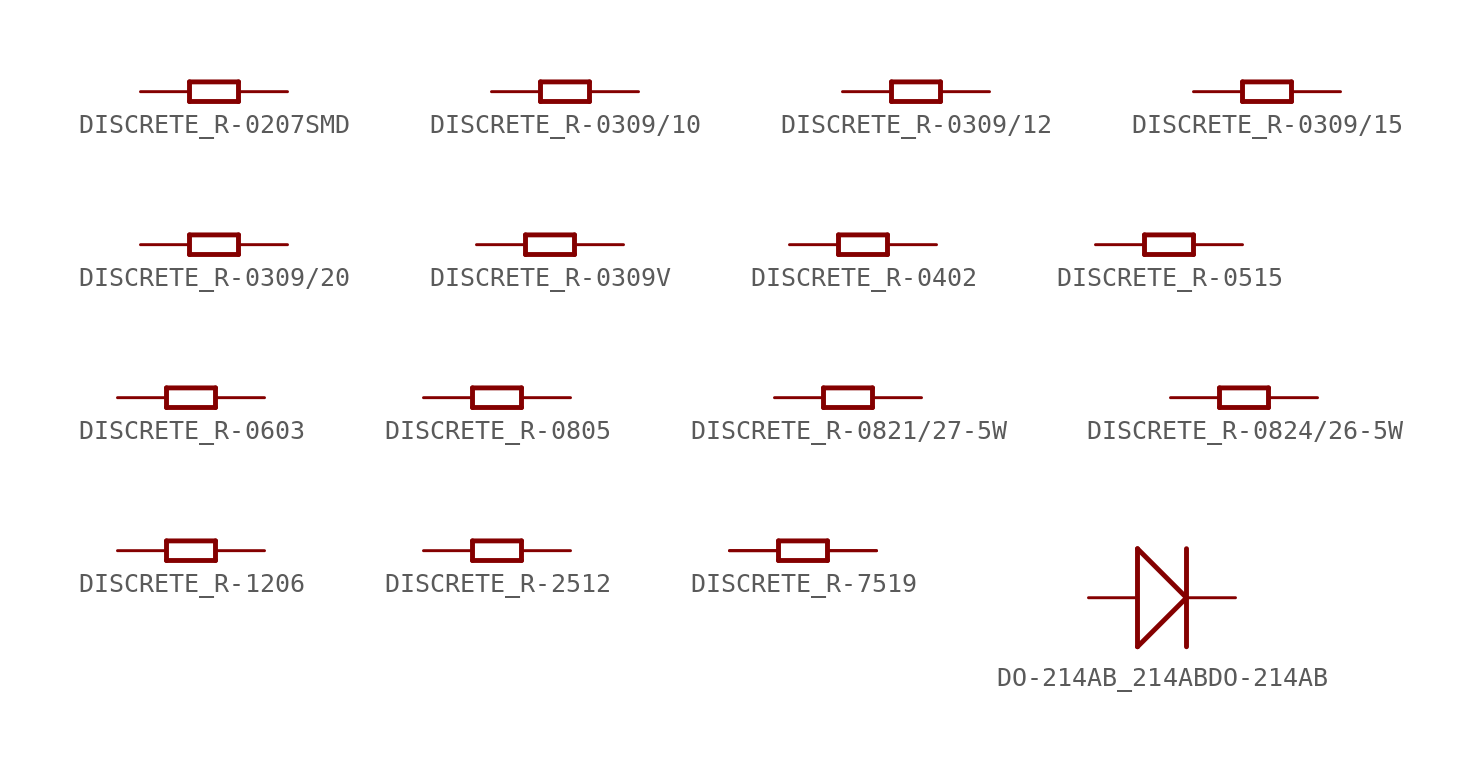
<source format=kicad_sym>
(kicad_symbol_lib
  (version 20231120)
  (generator "kicad_symbol_editor")
  (generator_version "8.0")
  (symbol "DISCRETE_R-0207SMD"
    (property "Reference" "R"
      (at -3.81 0 0)
      (effects (font (size 1.27 1.079)) (justify left bottom) (hide yes)))
    (property "ki_locked" ""
      (at 0 0 0)
      (effects (font (size 1.27 1.27))))
    (symbol "DISCRETE_R-0207SMD_1_0"
      (polyline (pts (xy -1.27 -0.508) (xy -1.27 0.508)) (stroke (width 0.254) (type solid)) (fill (type none)))
      (polyline (pts (xy -1.27 0.508) (xy 1.27 0.508)) (stroke (width 0.254) (type solid)) (fill (type none)))
      (polyline (pts (xy 1.27 -0.508) (xy -1.27 -0.508)) (stroke (width 0.254) (type solid)) (fill (type none)))
      (polyline (pts (xy 1.27 0.508) (xy 1.27 -0.508)) (stroke (width 0.254) (type solid)) (fill (type none)))
      (pin passive line (at -3.81 0 0) (length 2.54) (name "1" (effects (font (size 0 0)))) (number "1" (effects (font (size 0 0)))))
      (pin passive line (at 3.81 0 180) (length 2.54) (name "2" (effects (font (size 0 0)))) (number "2" (effects (font (size 0 0)))))))
  (symbol "DISCRETE_R-0309/10"
    (property "Reference" "R"
      (at -3.81 0 0)
      (effects (font (size 1.27 1.079)) (justify left bottom) (hide yes)))
    (property "ki_locked" ""
      (at 0 0 0)
      (effects (font (size 1.27 1.27))))
    (symbol "DISCRETE_R-0309/10_1_0"
      (polyline (pts (xy -1.27 -0.508) (xy -1.27 0.508)) (stroke (width 0.254) (type solid)) (fill (type none)))
      (polyline (pts (xy -1.27 0.508) (xy 1.27 0.508)) (stroke (width 0.254) (type solid)) (fill (type none)))
      (polyline (pts (xy 1.27 -0.508) (xy -1.27 -0.508)) (stroke (width 0.254) (type solid)) (fill (type none)))
      (polyline (pts (xy 1.27 0.508) (xy 1.27 -0.508)) (stroke (width 0.254) (type solid)) (fill (type none)))
      (pin passive line (at -3.81 0 0) (length 2.54) (name "1" (effects (font (size 0 0)))) (number "1" (effects (font (size 0 0)))))
      (pin passive line (at 3.81 0 180) (length 2.54) (name "2" (effects (font (size 0 0)))) (number "2" (effects (font (size 0 0)))))))
  (symbol "DISCRETE_R-0309/12"
    (property "Reference" "R"
      (at -3.81 0 0)
      (effects (font (size 1.27 1.079)) (justify left bottom) (hide yes)))
    (property "ki_locked" ""
      (at 0 0 0)
      (effects (font (size 1.27 1.27))))
    (symbol "DISCRETE_R-0309/12_1_0"
      (polyline (pts (xy -1.27 -0.508) (xy -1.27 0.508)) (stroke (width 0.254) (type solid)) (fill (type none)))
      (polyline (pts (xy -1.27 0.508) (xy 1.27 0.508)) (stroke (width 0.254) (type solid)) (fill (type none)))
      (polyline (pts (xy 1.27 -0.508) (xy -1.27 -0.508)) (stroke (width 0.254) (type solid)) (fill (type none)))
      (polyline (pts (xy 1.27 0.508) (xy 1.27 -0.508)) (stroke (width 0.254) (type solid)) (fill (type none)))
      (pin passive line (at -3.81 0 0) (length 2.54) (name "1" (effects (font (size 0 0)))) (number "1" (effects (font (size 0 0)))))
      (pin passive line (at 3.81 0 180) (length 2.54) (name "2" (effects (font (size 0 0)))) (number "2" (effects (font (size 0 0)))))))
  (symbol "DISCRETE_R-0309/15"
    (property "Reference" "R"
      (at -3.81 0 0)
      (effects (font (size 1.27 1.079)) (justify left bottom) (hide yes)))
    (property "ki_locked" ""
      (at 0 0 0)
      (effects (font (size 1.27 1.27))))
    (symbol "DISCRETE_R-0309/15_1_0"
      (polyline (pts (xy -1.27 -0.508) (xy -1.27 0.508)) (stroke (width 0.254) (type solid)) (fill (type none)))
      (polyline (pts (xy -1.27 0.508) (xy 1.27 0.508)) (stroke (width 0.254) (type solid)) (fill (type none)))
      (polyline (pts (xy 1.27 -0.508) (xy -1.27 -0.508)) (stroke (width 0.254) (type solid)) (fill (type none)))
      (polyline (pts (xy 1.27 0.508) (xy 1.27 -0.508)) (stroke (width 0.254) (type solid)) (fill (type none)))
      (pin passive line (at -3.81 0 0) (length 2.54) (name "1" (effects (font (size 0 0)))) (number "1" (effects (font (size 0 0)))))
      (pin passive line (at 3.81 0 180) (length 2.54) (name "2" (effects (font (size 0 0)))) (number "2" (effects (font (size 0 0)))))))
  (symbol "DISCRETE_R-0309/20"
    (property "Reference" "R"
      (at -3.81 0 0)
      (effects (font (size 1.27 1.079)) (justify left bottom) (hide yes)))
    (property "ki_locked" ""
      (at 0 0 0)
      (effects (font (size 1.27 1.27))))
    (symbol "DISCRETE_R-0309/20_1_0"
      (polyline (pts (xy -1.27 -0.508) (xy -1.27 0.508)) (stroke (width 0.254) (type solid)) (fill (type none)))
      (polyline (pts (xy -1.27 0.508) (xy 1.27 0.508)) (stroke (width 0.254) (type solid)) (fill (type none)))
      (polyline (pts (xy 1.27 -0.508) (xy -1.27 -0.508)) (stroke (width 0.254) (type solid)) (fill (type none)))
      (polyline (pts (xy 1.27 0.508) (xy 1.27 -0.508)) (stroke (width 0.254) (type solid)) (fill (type none)))
      (pin passive line (at -3.81 0 0) (length 2.54) (name "1" (effects (font (size 0 0)))) (number "1" (effects (font (size 0 0)))))
      (pin passive line (at 3.81 0 180) (length 2.54) (name "2" (effects (font (size 0 0)))) (number "2" (effects (font (size 0 0)))))))
  (symbol "DISCRETE_R-0309V"
    (property "Reference" "R"
      (at -3.81 0 0)
      (effects (font (size 1.27 1.079)) (justify left bottom) (hide yes)))
    (property "ki_locked" ""
      (at 0 0 0)
      (effects (font (size 1.27 1.27))))
    (symbol "DISCRETE_R-0309V_1_0"
      (polyline (pts (xy -1.27 -0.508) (xy -1.27 0.508)) (stroke (width 0.254) (type solid)) (fill (type none)))
      (polyline (pts (xy -1.27 0.508) (xy 1.27 0.508)) (stroke (width 0.254) (type solid)) (fill (type none)))
      (polyline (pts (xy 1.27 -0.508) (xy -1.27 -0.508)) (stroke (width 0.254) (type solid)) (fill (type none)))
      (polyline (pts (xy 1.27 0.508) (xy 1.27 -0.508)) (stroke (width 0.254) (type solid)) (fill (type none)))
      (pin passive line (at -3.81 0 0) (length 2.54) (name "1" (effects (font (size 0 0)))) (number "1" (effects (font (size 0 0)))))
      (pin passive line (at 3.81 0 180) (length 2.54) (name "2" (effects (font (size 0 0)))) (number "2" (effects (font (size 0 0)))))))
  (symbol "DISCRETE_R-0402"
    (property "Reference" "R"
      (at -3.81 0 0)
      (effects (font (size 1.27 1.079)) (justify left bottom) (hide yes)))
    (property "ki_locked" ""
      (at 0 0 0)
      (effects (font (size 1.27 1.27))))
    (symbol "DISCRETE_R-0402_1_0"
      (polyline (pts (xy -1.27 -0.508) (xy -1.27 0.508)) (stroke (width 0.254) (type solid)) (fill (type none)))
      (polyline (pts (xy -1.27 0.508) (xy 1.27 0.508)) (stroke (width 0.254) (type solid)) (fill (type none)))
      (polyline (pts (xy 1.27 -0.508) (xy -1.27 -0.508)) (stroke (width 0.254) (type solid)) (fill (type none)))
      (polyline (pts (xy 1.27 0.508) (xy 1.27 -0.508)) (stroke (width 0.254) (type solid)) (fill (type none)))
      (pin passive line (at -3.81 0 0) (length 2.54) (name "1" (effects (font (size 0 0)))) (number "1" (effects (font (size 0 0)))))
      (pin passive line (at 3.81 0 180) (length 2.54) (name "2" (effects (font (size 0 0)))) (number "2" (effects (font (size 0 0)))))))
  (symbol "DISCRETE_R-0515"
    (property "Reference" "R"
      (at -3.81 0 0)
      (effects (font (size 1.27 1.079)) (justify left bottom) (hide yes)))
    (property "ki_locked" ""
      (at 0 0 0)
      (effects (font (size 1.27 1.27))))
    (symbol "DISCRETE_R-0515_1_0"
      (polyline (pts (xy -1.27 -0.508) (xy -1.27 0.508)) (stroke (width 0.254) (type solid)) (fill (type none)))
      (polyline (pts (xy -1.27 0.508) (xy 1.27 0.508)) (stroke (width 0.254) (type solid)) (fill (type none)))
      (polyline (pts (xy 1.27 -0.508) (xy -1.27 -0.508)) (stroke (width 0.254) (type solid)) (fill (type none)))
      (polyline (pts (xy 1.27 0.508) (xy 1.27 -0.508)) (stroke (width 0.254) (type solid)) (fill (type none)))
      (pin passive line (at -3.81 0 0) (length 2.54) (name "1" (effects (font (size 0 0)))) (number "P$1" (effects (font (size 0 0)))))
      (pin passive line (at 3.81 0 180) (length 2.54) (name "2" (effects (font (size 0 0)))) (number "P$2" (effects (font (size 0 0)))))))
  (symbol "DISCRETE_R-0603"
    (property "Reference" "R"
      (at -3.81 0 0)
      (effects (font (size 1.27 1.079)) (justify left bottom) (hide yes)))
    (property "ki_locked" ""
      (at 0 0 0)
      (effects (font (size 1.27 1.27))))
    (symbol "DISCRETE_R-0603_1_0"
      (polyline (pts (xy -1.27 -0.508) (xy -1.27 0.508)) (stroke (width 0.254) (type solid)) (fill (type none)))
      (polyline (pts (xy -1.27 0.508) (xy 1.27 0.508)) (stroke (width 0.254) (type solid)) (fill (type none)))
      (polyline (pts (xy 1.27 -0.508) (xy -1.27 -0.508)) (stroke (width 0.254) (type solid)) (fill (type none)))
      (polyline (pts (xy 1.27 0.508) (xy 1.27 -0.508)) (stroke (width 0.254) (type solid)) (fill (type none)))
      (pin passive line (at -3.81 0 0) (length 2.54) (name "1" (effects (font (size 0 0)))) (number "1" (effects (font (size 0 0)))))
      (pin passive line (at 3.81 0 180) (length 2.54) (name "2" (effects (font (size 0 0)))) (number "2" (effects (font (size 0 0)))))))
  (symbol "DISCRETE_R-0805"
    (property "Reference" "R"
      (at -3.81 0 0)
      (effects (font (size 1.27 1.079)) (justify left bottom) (hide yes)))
    (property "ki_locked" ""
      (at 0 0 0)
      (effects (font (size 1.27 1.27))))
    (symbol "DISCRETE_R-0805_1_0"
      (polyline (pts (xy -1.27 -0.508) (xy -1.27 0.508)) (stroke (width 0.254) (type solid)) (fill (type none)))
      (polyline (pts (xy -1.27 0.508) (xy 1.27 0.508)) (stroke (width 0.254) (type solid)) (fill (type none)))
      (polyline (pts (xy 1.27 -0.508) (xy -1.27 -0.508)) (stroke (width 0.254) (type solid)) (fill (type none)))
      (polyline (pts (xy 1.27 0.508) (xy 1.27 -0.508)) (stroke (width 0.254) (type solid)) (fill (type none)))
      (pin passive line (at -3.81 0 0) (length 2.54) (name "1" (effects (font (size 0 0)))) (number "1" (effects (font (size 0 0)))))
      (pin passive line (at 3.81 0 180) (length 2.54) (name "2" (effects (font (size 0 0)))) (number "2" (effects (font (size 0 0)))))))
  (symbol "DISCRETE_R-0821/27-5W"
    (property "Reference" "R"
      (at -3.81 0 0)
      (effects (font (size 1.27 1.079)) (justify left bottom) (hide yes)))
    (property "ki_locked" ""
      (at 0 0 0)
      (effects (font (size 1.27 1.27))))
    (symbol "DISCRETE_R-0821/27-5W_1_0"
      (polyline (pts (xy -1.27 -0.508) (xy -1.27 0.508)) (stroke (width 0.254) (type solid)) (fill (type none)))
      (polyline (pts (xy -1.27 0.508) (xy 1.27 0.508)) (stroke (width 0.254) (type solid)) (fill (type none)))
      (polyline (pts (xy 1.27 -0.508) (xy -1.27 -0.508)) (stroke (width 0.254) (type solid)) (fill (type none)))
      (polyline (pts (xy 1.27 0.508) (xy 1.27 -0.508)) (stroke (width 0.254) (type solid)) (fill (type none)))
      (pin passive line (at -3.81 0 0) (length 2.54) (name "1" (effects (font (size 0 0)))) (number "P$1" (effects (font (size 0 0)))))
      (pin passive line (at 3.81 0 180) (length 2.54) (name "2" (effects (font (size 0 0)))) (number "P$2" (effects (font (size 0 0)))))))
  (symbol "DISCRETE_R-0824/26-5W"
    (property "Reference" "R"
      (at -3.81 0 0)
      (effects (font (size 1.27 1.079)) (justify left bottom) (hide yes)))
    (property "ki_locked" ""
      (at 0 0 0)
      (effects (font (size 1.27 1.27))))
    (symbol "DISCRETE_R-0824/26-5W_1_0"
      (polyline (pts (xy -1.27 -0.508) (xy -1.27 0.508)) (stroke (width 0.254) (type solid)) (fill (type none)))
      (polyline (pts (xy -1.27 0.508) (xy 1.27 0.508)) (stroke (width 0.254) (type solid)) (fill (type none)))
      (polyline (pts (xy 1.27 -0.508) (xy -1.27 -0.508)) (stroke (width 0.254) (type solid)) (fill (type none)))
      (polyline (pts (xy 1.27 0.508) (xy 1.27 -0.508)) (stroke (width 0.254) (type solid)) (fill (type none)))
      (pin passive line (at -3.81 0 0) (length 2.54) (name "1" (effects (font (size 0 0)))) (number "1" (effects (font (size 0 0)))))
      (pin passive line (at 3.81 0 180) (length 2.54) (name "2" (effects (font (size 0 0)))) (number "2" (effects (font (size 0 0)))))))
  (symbol "DISCRETE_R-1206"
    (property "Reference" "R"
      (at -3.81 0 0)
      (effects (font (size 1.27 1.079)) (justify left bottom) (hide yes)))
    (property "ki_locked" ""
      (at 0 0 0)
      (effects (font (size 1.27 1.27))))
    (symbol "DISCRETE_R-1206_1_0"
      (polyline (pts (xy -1.27 -0.508) (xy -1.27 0.508)) (stroke (width 0.254) (type solid)) (fill (type none)))
      (polyline (pts (xy -1.27 0.508) (xy 1.27 0.508)) (stroke (width 0.254) (type solid)) (fill (type none)))
      (polyline (pts (xy 1.27 -0.508) (xy -1.27 -0.508)) (stroke (width 0.254) (type solid)) (fill (type none)))
      (polyline (pts (xy 1.27 0.508) (xy 1.27 -0.508)) (stroke (width 0.254) (type solid)) (fill (type none)))
      (pin passive line (at -3.81 0 0) (length 2.54) (name "1" (effects (font (size 0 0)))) (number "1" (effects (font (size 0 0)))))
      (pin passive line (at 3.81 0 180) (length 2.54) (name "2" (effects (font (size 0 0)))) (number "2" (effects (font (size 0 0)))))))
  (symbol "DISCRETE_R-2512"
    (property "Reference" "R"
      (at -3.81 0 0)
      (effects (font (size 1.27 1.079)) (justify left bottom) (hide yes)))
    (property "ki_locked" ""
      (at 0 0 0)
      (effects (font (size 1.27 1.27))))
    (symbol "DISCRETE_R-2512_1_0"
      (polyline (pts (xy -1.27 -0.508) (xy -1.27 0.508)) (stroke (width 0.254) (type solid)) (fill (type none)))
      (polyline (pts (xy -1.27 0.508) (xy 1.27 0.508)) (stroke (width 0.254) (type solid)) (fill (type none)))
      (polyline (pts (xy 1.27 -0.508) (xy -1.27 -0.508)) (stroke (width 0.254) (type solid)) (fill (type none)))
      (polyline (pts (xy 1.27 0.508) (xy 1.27 -0.508)) (stroke (width 0.254) (type solid)) (fill (type none)))
      (pin passive line (at -3.81 0 0) (length 2.54) (name "1" (effects (font (size 0 0)))) (number "1" (effects (font (size 0 0)))))
      (pin passive line (at 3.81 0 180) (length 2.54) (name "2" (effects (font (size 0 0)))) (number "2" (effects (font (size 0 0)))))))
  (symbol "DISCRETE_R-7519"
    (property "Reference" "R"
      (at -3.81 0 0)
      (effects (font (size 1.27 1.079)) (justify left bottom) (hide yes)))
    (property "ki_locked" ""
      (at 0 0 0)
      (effects (font (size 1.27 1.27))))
    (symbol "DISCRETE_R-7519_1_0"
      (polyline (pts (xy -1.27 -0.508) (xy -1.27 0.508)) (stroke (width 0.254) (type solid)) (fill (type none)))
      (polyline (pts (xy -1.27 0.508) (xy 1.27 0.508)) (stroke (width 0.254) (type solid)) (fill (type none)))
      (polyline (pts (xy 1.27 -0.508) (xy -1.27 -0.508)) (stroke (width 0.254) (type solid)) (fill (type none)))
      (polyline (pts (xy 1.27 0.508) (xy 1.27 -0.508)) (stroke (width 0.254) (type solid)) (fill (type none)))
      (pin passive line (at -3.81 0 0) (length 2.54) (name "1" (effects (font (size 0 0)))) (number "1" (effects (font (size 0 0)))))
      (pin passive line (at -3.81 0 0) (length 2.54) (name "1" (effects (font (size 0 0)))) (number "2" (effects (font (size 0 0)))))
      (pin passive line (at 3.81 0 180) (length 2.54) (name "2" (effects (font (size 0 0)))) (number "3" (effects (font (size 0 0)))))
      (pin passive line (at 3.81 0 180) (length 2.54) (name "2" (effects (font (size 0 0)))) (number "4" (effects (font (size 0 0)))))))
  (symbol "DO-214AB_214ABDO-214AB"
    (property "Reference" "D"
      (at -8.89 2.54 0)
      (effects (font (size 1.778 1.511)) (justify left bottom) (hide yes)))
    (property "ki_locked" ""
      (at 0 0 0)
      (effects (font (size 1.27 1.27))))
    (symbol "DO-214AB_214ABDO-214AB_1_0"
      (polyline (pts (xy -1.27 -2.54) (xy -1.27 2.54)) (stroke (width 0.254) (type solid)) (fill (type none)))
      (polyline (pts (xy -1.27 -2.54) (xy 1.27 0)) (stroke (width 0.254) (type solid)) (fill (type none)))
      (polyline (pts (xy -1.27 2.54) (xy 1.27 0)) (stroke (width 0.254) (type solid)) (fill (type none)))
      (polyline (pts (xy 1.27 2.54) (xy 1.27 -2.54)) (stroke (width 0.254) (type solid)) (fill (type none)))
      (pin passive line (at -3.81 0 0) (length 2.54) (name "+" (effects (font (size 0 0)))) (number "1" (effects (font (size 0 0)))))
      (pin passive line (at 3.81 0 180) (length 2.54) (name "-" (effects (font (size 0 0)))) (number "2" (effects (font (size 0 0))))))))
</source>
